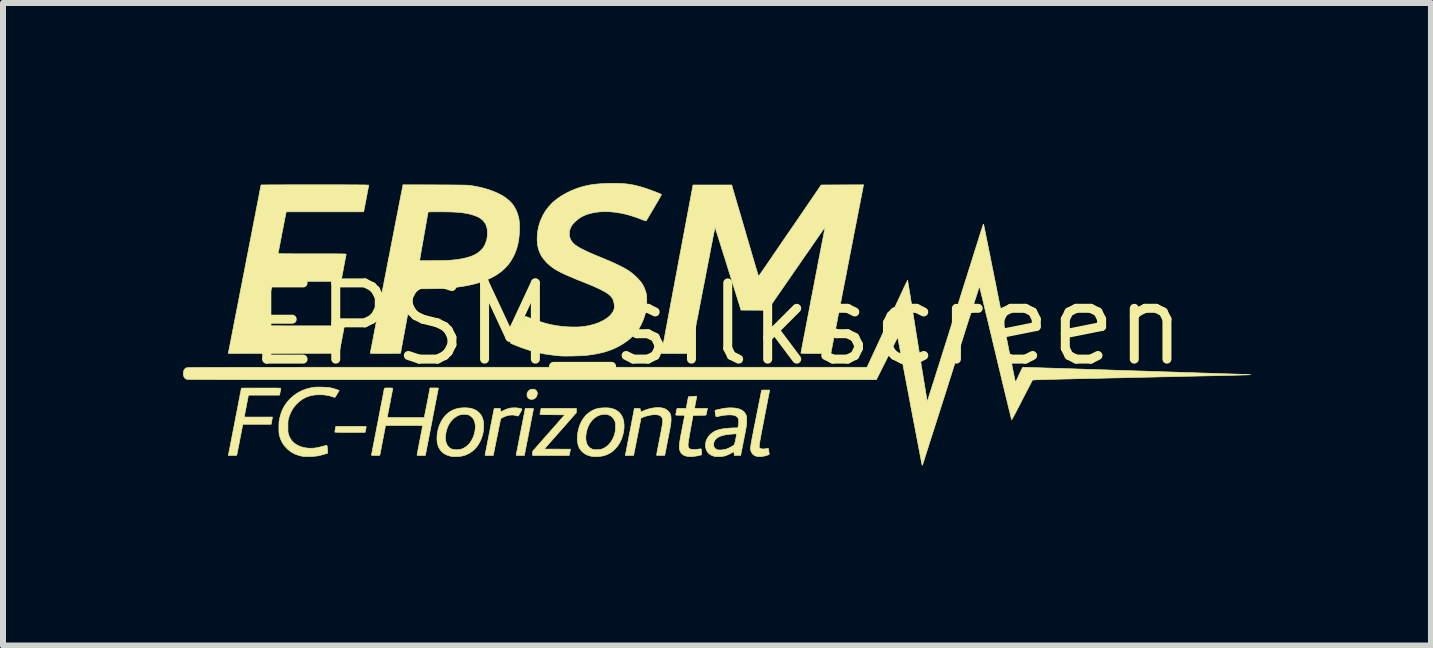
<source format=kicad_pcb>
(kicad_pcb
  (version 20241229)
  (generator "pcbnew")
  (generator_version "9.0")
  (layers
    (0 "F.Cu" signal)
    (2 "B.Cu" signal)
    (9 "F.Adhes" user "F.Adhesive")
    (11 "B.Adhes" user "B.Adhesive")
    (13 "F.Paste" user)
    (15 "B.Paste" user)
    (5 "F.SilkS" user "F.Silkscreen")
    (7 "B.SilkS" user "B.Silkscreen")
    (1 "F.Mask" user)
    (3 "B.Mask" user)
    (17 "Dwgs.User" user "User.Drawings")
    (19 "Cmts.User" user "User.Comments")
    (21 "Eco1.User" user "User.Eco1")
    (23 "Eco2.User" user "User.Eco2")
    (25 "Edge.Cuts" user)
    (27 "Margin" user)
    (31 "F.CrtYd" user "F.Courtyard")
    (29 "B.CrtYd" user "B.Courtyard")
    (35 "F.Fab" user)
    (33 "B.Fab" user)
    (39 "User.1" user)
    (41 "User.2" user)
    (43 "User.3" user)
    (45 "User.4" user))
  (footprint "EPSM_silkscreen"
    (layer "F.Cu")
    (at 8.894 2.354)
    (property "Reference" "EPSM_silkscreen" (at 0 0 0) (layer "F.SilkS") (effects (font (size 1.27 1.27) (thickness 0.15))))
    (attr through_hole)
    (fp_poly (pts (xy -3.045 1.082) (xy -3.025 1.09) (xy -3.017 1.095) (xy -2.999 1.117) (xy -2.991 1.143) (xy -2.993 1.17) (xy -3.003 1.199) (xy -3.02 1.224) (xy -3.042 1.241) (xy -3.07 1.249) (xy -3.086 1.25) (xy -3.108 1.248) (xy -3.125 1.242) (xy -3.131 1.239) (xy -3.149 1.221) (xy -3.161 1.198) (xy -3.164 1.174) (xy -3.161 1.148) (xy -3.15 1.124) (xy -3.132 1.103) (xy -3.115 1.09) (xy -3.093 1.082) (xy -3.069 1.08) (xy -3.045 1.082)) (stroke (width 0.01) (type solid)) (fill yes) (layer "F.SilkS"))
    (fp_poly (pts (xy -2.34 1.47) (xy -2.607 1.774) (xy -2.875 2.078) (xy -2.439 2.08) (xy -2.442 2.096) (xy -2.445 2.109) (xy -2.449 2.128) (xy -2.453 2.149) (xy -2.453 2.149) (xy -2.461 2.185) (xy -3.07 2.185) (xy -3.07 2.116) (xy -2.803 1.812) (xy -2.535 1.508) (xy -2.743 1.506) (xy -2.794 1.506) (xy -2.836 1.506) (xy -2.87 1.505) (xy -2.896 1.505) (xy -2.916 1.504) (xy -2.93 1.503) (xy -2.94 1.502) (xy -2.945 1.501) (xy -2.948 1.499) (xy -2.948 1.497) (xy -2.948 1.496) (xy -2.946 1.488) (xy -2.943 1.472) (xy -2.939 1.452) (xy -2.937 1.444) (xy -2.929 1.4) (xy -2.34 1.4) (xy -2.34 1.47)) (stroke (width 0.01) (type solid)) (fill yes) (layer "F.SilkS"))
    (fp_poly (pts (xy -6.037 1.7) (xy -5.989 1.7) (xy -5.95 1.7) (xy -5.918 1.7) (xy -5.893 1.701) (xy -5.874 1.701) (xy -5.86 1.702) (xy -5.851 1.703) (xy -5.845 1.704) (xy -5.842 1.706) (xy -5.842 1.707) (xy -5.842 1.709) (xy -5.844 1.718) (xy -5.847 1.734) (xy -5.85 1.748) (xy -5.853 1.766) (xy -5.856 1.781) (xy -5.858 1.789) (xy -5.86 1.8) (xy -6.113 1.8) (xy -6.175 1.8) (xy -6.227 1.8) (xy -6.27 1.799) (xy -6.305 1.799) (xy -6.331 1.798) (xy -6.35 1.797) (xy -6.361 1.796) (xy -6.365 1.795) (xy -6.365 1.794) (xy -6.364 1.787) (xy -6.362 1.773) (xy -6.359 1.754) (xy -6.357 1.744) (xy -6.349 1.7) (xy -6.094 1.7) (xy -6.037 1.7)) (stroke (width 0.01) (type solid)) (fill yes) (layer "F.SilkS"))
    (fp_poly (pts (xy -3.096 1.4) (xy -3.077 1.4) (xy -3.065 1.401) (xy -3.058 1.403) (xy -3.056 1.405) (xy -3.056 1.409) (xy -3.056 1.411) (xy -3.057 1.418) (xy -3.06 1.433) (xy -3.065 1.457) (xy -3.071 1.489) (xy -3.079 1.527) (xy -3.087 1.571) (xy -3.097 1.62) (xy -3.107 1.674) (xy -3.118 1.731) (xy -3.13 1.791) (xy -3.133 1.804) (xy -3.207 2.185) (xy -3.277 2.185) (xy -3.304 2.185) (xy -3.323 2.184) (xy -3.335 2.184) (xy -3.342 2.182) (xy -3.344 2.179) (xy -3.344 2.176) (xy -3.343 2.17) (xy -3.34 2.155) (xy -3.335 2.131) (xy -3.329 2.1) (xy -3.321 2.062) (xy -3.313 2.019) (xy -3.303 1.97) (xy -3.293 1.916) (xy -3.282 1.859) (xy -3.27 1.799) (xy -3.267 1.784) (xy -3.192 1.4) (xy -3.123 1.4) (xy -3.096 1.4)) (stroke (width 0.01) (type solid)) (fill yes) (layer "F.SilkS"))
    (fp_poly (pts (xy -7.418 1.061) (xy -7.376 1.061) (xy -7.343 1.061) (xy -7.316 1.062) (xy -7.295 1.062) (xy -7.281 1.063) (xy -7.271 1.064) (xy -7.266 1.065) (xy -7.265 1.066) (xy -7.266 1.073) (xy -7.268 1.088) (xy -7.272 1.108) (xy -7.276 1.126) (xy -7.286 1.18) (xy -7.804 1.18) (xy -7.81 1.206) (xy -7.812 1.218) (xy -7.816 1.238) (xy -7.821 1.265) (xy -7.827 1.297) (xy -7.834 1.332) (xy -7.841 1.37) (xy -7.842 1.377) (xy -7.85 1.415) (xy -7.856 1.449) (xy -7.862 1.48) (xy -7.867 1.505) (xy -7.87 1.523) (xy -7.872 1.533) (xy -7.873 1.534) (xy -7.875 1.545) (xy -7.404 1.545) (xy -7.407 1.561) (xy -7.409 1.574) (xy -7.413 1.592) (xy -7.417 1.614) (xy -7.418 1.621) (xy -7.426 1.665) (xy -7.898 1.665) (xy -7.947 1.916) (xy -7.956 1.965) (xy -7.965 2.011) (xy -7.974 2.054) (xy -7.981 2.091) (xy -7.987 2.123) (xy -7.992 2.149) (xy -7.996 2.166) (xy -7.998 2.175) (xy -7.998 2.176) (xy -8 2.18) (xy -8.005 2.182) (xy -8.013 2.184) (xy -8.028 2.185) (xy -8.05 2.185) (xy -8.07 2.185) (xy -8.14 2.185) (xy -8.137 2.171) (xy -8.136 2.165) (xy -8.133 2.149) (xy -8.128 2.124) (xy -8.122 2.092) (xy -8.114 2.053) (xy -8.105 2.007) (xy -8.095 1.955) (xy -8.084 1.897) (xy -8.072 1.835) (xy -8.059 1.769) (xy -8.045 1.7) (xy -8.031 1.627) (xy -8.028 1.61) (xy -7.922 1.062) (xy -7.593 1.061) (xy -7.526 1.061) (xy -7.467 1.061) (xy -7.418 1.061)) (stroke (width 0.01) (type solid)) (fill yes) (layer "F.SilkS"))
    (fp_poly (pts (xy -3.358 1.391) (xy -3.319 1.394) (xy -3.29 1.398) (xy -3.272 1.402) (xy -3.258 1.407) (xy -3.248 1.411) (xy -3.246 1.413) (xy -3.248 1.417) (xy -3.253 1.429) (xy -3.262 1.446) (xy -3.273 1.467) (xy -3.276 1.472) (xy -3.289 1.496) (xy -3.299 1.513) (xy -3.306 1.523) (xy -3.312 1.527) (xy -3.317 1.528) (xy -3.317 1.528) (xy -3.328 1.525) (xy -3.344 1.521) (xy -3.355 1.518) (xy -3.39 1.511) (xy -3.43 1.511) (xy -3.471 1.516) (xy -3.48 1.518) (xy -3.502 1.524) (xy -3.526 1.533) (xy -3.55 1.543) (xy -3.572 1.554) (xy -3.589 1.564) (xy -3.6 1.573) (xy -3.603 1.577) (xy -3.604 1.584) (xy -3.607 1.599) (xy -3.612 1.623) (xy -3.618 1.654) (xy -3.626 1.69) (xy -3.634 1.732) (xy -3.643 1.779) (xy -3.653 1.828) (xy -3.66 1.863) (xy -3.671 1.914) (xy -3.681 1.964) (xy -3.69 2.01) (xy -3.699 2.052) (xy -3.706 2.088) (xy -3.712 2.119) (xy -3.717 2.142) (xy -3.72 2.157) (xy -3.721 2.161) (xy -3.726 2.185) (xy -3.795 2.185) (xy -3.822 2.185) (xy -3.841 2.184) (xy -3.853 2.184) (xy -3.86 2.182) (xy -3.862 2.179) (xy -3.862 2.176) (xy -3.861 2.17) (xy -3.858 2.155) (xy -3.853 2.131) (xy -3.847 2.1) (xy -3.84 2.063) (xy -3.831 2.019) (xy -3.822 1.97) (xy -3.811 1.917) (xy -3.8 1.86) (xy -3.789 1.801) (xy -3.787 1.795) (xy -3.776 1.735) (xy -3.765 1.678) (xy -3.754 1.624) (xy -3.745 1.575) (xy -3.736 1.53) (xy -3.728 1.492) (xy -3.722 1.46) (xy -3.717 1.435) (xy -3.714 1.419) (xy -3.712 1.411) (xy -3.712 1.411) (xy -3.711 1.406) (xy -3.707 1.403) (xy -3.7 1.401) (xy -3.686 1.4) (xy -3.665 1.4) (xy -3.66 1.4) (xy -3.61 1.4) (xy -3.598 1.458) (xy -3.55 1.434) (xy -3.507 1.414) (xy -3.466 1.401) (xy -3.425 1.393) (xy -3.38 1.391) (xy -3.358 1.391)) (stroke (width 0.01) (type solid)) (fill yes) (layer "F.SilkS"))
    (fp_poly (pts (xy -1.792 1.394) (xy -1.754 1.4) (xy -1.72 1.411) (xy -1.691 1.423) (xy -1.65 1.448) (xy -1.615 1.48) (xy -1.587 1.519) (xy -1.566 1.564) (xy -1.552 1.614) (xy -1.546 1.67) (xy -1.547 1.73) (xy -1.555 1.794) (xy -1.565 1.837) (xy -1.586 1.905) (xy -1.615 1.968) (xy -1.651 2.025) (xy -1.692 2.074) (xy -1.739 2.117) (xy -1.792 2.152) (xy -1.846 2.177) (xy -1.897 2.192) (xy -1.954 2.201) (xy -2.012 2.204) (xy -2.07 2.201) (xy -2.097 2.197) (xy -2.148 2.183) (xy -2.193 2.162) (xy -2.233 2.132) (xy -2.245 2.121) (xy -2.274 2.088) (xy -2.296 2.052) (xy -2.311 2.012) (xy -2.32 1.966) (xy -2.324 1.914) (xy -2.324 1.875) (xy -2.323 1.865) (xy -2.183 1.865) (xy -2.183 1.917) (xy -2.175 1.962) (xy -2.161 2.002) (xy -2.139 2.035) (xy -2.111 2.061) (xy -2.076 2.079) (xy -2.07 2.082) (xy -2.049 2.086) (xy -2.023 2.089) (xy -1.993 2.089) (xy -1.964 2.088) (xy -1.938 2.084) (xy -1.931 2.083) (xy -1.884 2.065) (xy -1.841 2.039) (xy -1.801 2.004) (xy -1.766 1.961) (xy -1.736 1.911) (xy -1.727 1.893) (xy -1.709 1.848) (xy -1.697 1.804) (xy -1.69 1.759) (xy -1.688 1.708) (xy -1.688 1.679) (xy -1.689 1.658) (xy -1.691 1.642) (xy -1.694 1.629) (xy -1.699 1.615) (xy -1.699 1.613) (xy -1.72 1.575) (xy -1.746 1.543) (xy -1.779 1.52) (xy -1.816 1.505) (xy -1.858 1.498) (xy -1.9 1.5) (xy -1.951 1.512) (xy -1.998 1.533) (xy -2.041 1.562) (xy -2.079 1.599) (xy -2.112 1.642) (xy -2.14 1.692) (xy -2.161 1.747) (xy -2.176 1.806) (xy -2.183 1.865) (xy -2.323 1.865) (xy -2.317 1.803) (xy -2.302 1.735) (xy -2.28 1.67) (xy -2.252 1.611) (xy -2.217 1.557) (xy -2.177 1.51) (xy -2.13 1.47) (xy -2.079 1.438) (xy -2.046 1.422) (xy -2.016 1.411) (xy -1.988 1.403) (xy -1.96 1.397) (xy -1.928 1.394) (xy -1.889 1.392) (xy -1.884 1.391) (xy -1.835 1.391) (xy -1.792 1.394)) (stroke (width 0.01) (type solid)) (fill yes) (layer "F.SilkS"))
    (fp_poly (pts (xy 0.878 1.106) (xy 0.877 1.113) (xy 0.874 1.128) (xy 0.869 1.152) (xy 0.863 1.184) (xy 0.855 1.223) (xy 0.847 1.268) (xy 0.837 1.318) (xy 0.826 1.373) (xy 0.815 1.433) (xy 0.802 1.496) (xy 0.79 1.562) (xy 0.788 1.571) (xy 0.773 1.65) (xy 0.759 1.72) (xy 0.747 1.782) (xy 0.737 1.835) (xy 0.729 1.881) (xy 0.721 1.92) (xy 0.716 1.953) (xy 0.712 1.98) (xy 0.709 2.002) (xy 0.707 2.02) (xy 0.706 2.033) (xy 0.706 2.044) (xy 0.708 2.051) (xy 0.71 2.057) (xy 0.713 2.06) (xy 0.717 2.063) (xy 0.721 2.065) (xy 0.724 2.067) (xy 0.75 2.075) (xy 0.781 2.077) (xy 0.817 2.072) (xy 0.818 2.072) (xy 0.835 2.069) (xy 0.849 2.066) (xy 0.856 2.065) (xy 0.856 2.065) (xy 0.858 2.07) (xy 0.861 2.082) (xy 0.864 2.1) (xy 0.865 2.109) (xy 0.868 2.129) (xy 0.87 2.147) (xy 0.873 2.158) (xy 0.873 2.161) (xy 0.872 2.165) (xy 0.866 2.17) (xy 0.853 2.176) (xy 0.831 2.183) (xy 0.826 2.185) (xy 0.785 2.196) (xy 0.744 2.203) (xy 0.705 2.204) (xy 0.671 2.201) (xy 0.652 2.196) (xy 0.62 2.181) (xy 0.597 2.162) (xy 0.579 2.136) (xy 0.577 2.132) (xy 0.573 2.123) (xy 0.569 2.115) (xy 0.566 2.107) (xy 0.564 2.098) (xy 0.562 2.088) (xy 0.561 2.076) (xy 0.562 2.062) (xy 0.563 2.044) (xy 0.566 2.023) (xy 0.569 1.998) (xy 0.574 1.968) (xy 0.581 1.932) (xy 0.588 1.89) (xy 0.598 1.841) (xy 0.609 1.785) (xy 0.621 1.721) (xy 0.636 1.648) (xy 0.652 1.566) (xy 0.652 1.566) (xy 0.665 1.499) (xy 0.678 1.435) (xy 0.69 1.375) (xy 0.701 1.318) (xy 0.712 1.267) (xy 0.721 1.221) (xy 0.729 1.181) (xy 0.735 1.148) (xy 0.74 1.123) (xy 0.743 1.106) (xy 0.745 1.098) (xy 0.745 1.097) (xy 0.75 1.096) (xy 0.763 1.096) (xy 0.782 1.095) (xy 0.806 1.095) (xy 0.813 1.095) (xy 0.881 1.095) (xy 0.878 1.106)) (stroke (width 0.01) (type solid)) (fill yes) (layer "F.SilkS"))
    (fp_poly (pts (xy -4.142 1.393) (xy -4.091 1.401) (xy -4.046 1.416) (xy -4.006 1.436) (xy -3.97 1.464) (xy -3.962 1.472) (xy -3.931 1.509) (xy -3.908 1.552) (xy -3.893 1.6) (xy -3.892 1.603) (xy -3.888 1.632) (xy -3.886 1.668) (xy -3.886 1.707) (xy -3.888 1.748) (xy -3.892 1.786) (xy -3.898 1.821) (xy -3.9 1.829) (xy -3.922 1.9) (xy -3.951 1.964) (xy -3.986 2.022) (xy -4.028 2.073) (xy -4.076 2.116) (xy -4.129 2.151) (xy -4.188 2.178) (xy -4.218 2.188) (xy -4.252 2.195) (xy -4.293 2.201) (xy -4.337 2.203) (xy -4.379 2.203) (xy -4.417 2.2) (xy -4.433 2.198) (xy -4.486 2.183) (xy -4.533 2.161) (xy -4.573 2.132) (xy -4.606 2.097) (xy -4.632 2.055) (xy -4.65 2.008) (xy -4.661 1.954) (xy -4.664 1.895) (xy -4.662 1.872) (xy -4.522 1.872) (xy -4.521 1.922) (xy -4.512 1.968) (xy -4.495 2.007) (xy -4.472 2.04) (xy -4.449 2.061) (xy -4.422 2.076) (xy -4.39 2.085) (xy -4.352 2.089) (xy -4.34 2.09) (xy -4.315 2.089) (xy -4.29 2.086) (xy -4.269 2.083) (xy -4.267 2.082) (xy -4.221 2.065) (xy -4.178 2.038) (xy -4.138 2.003) (xy -4.117 1.978) (xy -4.087 1.934) (xy -4.063 1.887) (xy -4.044 1.837) (xy -4.032 1.786) (xy -4.025 1.735) (xy -4.024 1.686) (xy -4.031 1.641) (xy -4.044 1.6) (xy -4.053 1.582) (xy -4.071 1.557) (xy -4.096 1.534) (xy -4.122 1.516) (xy -4.144 1.507) (xy -4.177 1.501) (xy -4.214 1.499) (xy -4.252 1.502) (xy -4.285 1.51) (xy -4.33 1.529) (xy -4.372 1.557) (xy -4.411 1.593) (xy -4.445 1.635) (xy -4.474 1.684) (xy -4.496 1.738) (xy -4.502 1.757) (xy -4.516 1.816) (xy -4.522 1.872) (xy -4.662 1.872) (xy -4.66 1.832) (xy -4.647 1.763) (xy -4.642 1.741) (xy -4.621 1.677) (xy -4.593 1.617) (xy -4.558 1.562) (xy -4.518 1.514) (xy -4.473 1.474) (xy -4.444 1.453) (xy -4.396 1.427) (xy -4.347 1.409) (xy -4.294 1.397) (xy -4.236 1.391) (xy -4.201 1.39) (xy -4.142 1.393)) (stroke (width 0.01) (type solid)) (fill yes) (layer "F.SilkS"))
    (fp_poly (pts (xy -0.953 1.387) (xy -0.905 1.394) (xy -0.863 1.408) (xy -0.828 1.429) (xy -0.8 1.456) (xy -0.791 1.468) (xy -0.779 1.487) (xy -0.771 1.506) (xy -0.766 1.526) (xy -0.764 1.551) (xy -0.763 1.582) (xy -0.763 1.593) (xy -0.764 1.607) (xy -0.764 1.621) (xy -0.766 1.635) (xy -0.767 1.652) (xy -0.77 1.672) (xy -0.774 1.695) (xy -0.779 1.723) (xy -0.785 1.757) (xy -0.793 1.797) (xy -0.802 1.845) (xy -0.813 1.901) (xy -0.816 1.917) (xy -0.868 2.183) (xy -0.937 2.184) (xy -0.966 2.184) (xy -0.987 2.184) (xy -1 2.182) (xy -1.005 2.18) (xy -1.005 2.179) (xy -1.004 2.174) (xy -1.001 2.159) (xy -0.997 2.136) (xy -0.992 2.106) (xy -0.985 2.071) (xy -0.977 2.03) (xy -0.968 1.984) (xy -0.959 1.936) (xy -0.955 1.916) (xy -0.945 1.866) (xy -0.936 1.818) (xy -0.927 1.772) (xy -0.92 1.731) (xy -0.913 1.696) (xy -0.908 1.666) (xy -0.904 1.644) (xy -0.902 1.631) (xy -0.902 1.628) (xy -0.902 1.592) (xy -0.91 1.562) (xy -0.926 1.538) (xy -0.949 1.52) (xy -0.977 1.51) (xy -1.014 1.505) (xy -1.058 1.506) (xy -1.107 1.512) (xy -1.157 1.523) (xy -1.209 1.539) (xy -1.223 1.544) (xy -1.263 1.56) (xy -1.325 1.872) (xy -1.387 2.185) (xy -1.526 2.185) (xy -1.523 2.171) (xy -1.521 2.163) (xy -1.518 2.147) (xy -1.513 2.122) (xy -1.507 2.091) (xy -1.5 2.054) (xy -1.492 2.012) (xy -1.483 1.966) (xy -1.474 1.917) (xy -1.464 1.866) (xy -1.454 1.813) (xy -1.443 1.759) (xy -1.433 1.707) (xy -1.423 1.655) (xy -1.414 1.606) (xy -1.405 1.56) (xy -1.397 1.518) (xy -1.39 1.481) (xy -1.384 1.451) (xy -1.38 1.426) (xy -1.376 1.41) (xy -1.375 1.403) (xy -1.375 1.402) (xy -1.37 1.401) (xy -1.358 1.401) (xy -1.34 1.401) (xy -1.326 1.401) (xy -1.304 1.402) (xy -1.289 1.403) (xy -1.281 1.405) (xy -1.277 1.408) (xy -1.276 1.413) (xy -1.274 1.424) (xy -1.27 1.439) (xy -1.27 1.441) (xy -1.265 1.459) (xy -1.219 1.439) (xy -1.192 1.428) (xy -1.162 1.418) (xy -1.134 1.409) (xy -1.128 1.407) (xy -1.065 1.394) (xy -1.006 1.387) (xy -0.953 1.387)) (stroke (width 0.01) (type solid)) (fill yes) (layer "F.SilkS"))
    (fp_poly (pts (xy -0.336 1.198) (xy -0.336 1.203) (xy -0.338 1.216) (xy -0.342 1.236) (xy -0.346 1.262) (xy -0.352 1.29) (xy -0.352 1.291) (xy -0.358 1.321) (xy -0.363 1.348) (xy -0.367 1.369) (xy -0.369 1.385) (xy -0.37 1.392) (xy -0.369 1.395) (xy -0.366 1.397) (xy -0.358 1.398) (xy -0.346 1.399) (xy -0.328 1.4) (xy -0.302 1.4) (xy -0.267 1.4) (xy -0.263 1.4) (xy -0.156 1.4) (xy -0.166 1.446) (xy -0.17 1.468) (xy -0.174 1.487) (xy -0.177 1.5) (xy -0.178 1.504) (xy -0.179 1.507) (xy -0.181 1.51) (xy -0.185 1.512) (xy -0.194 1.514) (xy -0.207 1.515) (xy -0.226 1.515) (xy -0.253 1.516) (xy -0.289 1.516) (xy -0.397 1.518) (xy -0.438 1.745) (xy -0.447 1.793) (xy -0.455 1.838) (xy -0.462 1.881) (xy -0.468 1.919) (xy -0.473 1.951) (xy -0.477 1.978) (xy -0.479 1.996) (xy -0.48 2.004) (xy -0.478 2.032) (xy -0.472 2.053) (xy -0.462 2.067) (xy -0.445 2.077) (xy -0.426 2.082) (xy -0.399 2.084) (xy -0.368 2.085) (xy -0.335 2.083) (xy -0.302 2.078) (xy -0.301 2.078) (xy -0.28 2.075) (xy -0.267 2.075) (xy -0.262 2.077) (xy -0.262 2.077) (xy -0.26 2.089) (xy -0.257 2.106) (xy -0.255 2.126) (xy -0.253 2.144) (xy -0.253 2.16) (xy -0.253 2.169) (xy -0.254 2.171) (xy -0.262 2.175) (xy -0.278 2.18) (xy -0.299 2.185) (xy -0.324 2.191) (xy -0.351 2.195) (xy -0.377 2.199) (xy -0.382 2.2) (xy -0.41 2.203) (xy -0.433 2.204) (xy -0.452 2.204) (xy -0.471 2.202) (xy -0.491 2.2) (xy -0.531 2.19) (xy -0.565 2.173) (xy -0.592 2.149) (xy -0.611 2.119) (xy -0.617 2.102) (xy -0.622 2.086) (xy -0.624 2.069) (xy -0.626 2.049) (xy -0.625 2.026) (xy -0.623 1.999) (xy -0.62 1.967) (xy -0.614 1.929) (xy -0.607 1.885) (xy -0.597 1.832) (xy -0.585 1.772) (xy -0.578 1.735) (xy -0.569 1.69) (xy -0.561 1.648) (xy -0.553 1.61) (xy -0.547 1.577) (xy -0.542 1.55) (xy -0.538 1.531) (xy -0.536 1.519) (xy -0.535 1.516) (xy -0.54 1.516) (xy -0.553 1.515) (xy -0.572 1.515) (xy -0.597 1.515) (xy -0.61 1.515) (xy -0.64 1.515) (xy -0.661 1.514) (xy -0.674 1.513) (xy -0.682 1.511) (xy -0.685 1.509) (xy -0.685 1.508) (xy -0.684 1.5) (xy -0.681 1.485) (xy -0.678 1.466) (xy -0.675 1.452) (xy -0.671 1.432) (xy -0.667 1.415) (xy -0.665 1.404) (xy -0.665 1.402) (xy -0.66 1.401) (xy -0.647 1.401) (xy -0.628 1.4) (xy -0.603 1.4) (xy -0.588 1.4) (xy -0.511 1.4) (xy -0.493 1.303) (xy -0.474 1.206) (xy -0.406 1.201) (xy -0.381 1.199) (xy -0.36 1.198) (xy -0.344 1.197) (xy -0.336 1.197) (xy -0.336 1.198)) (stroke (width 0.01) (type solid)) (fill yes) (layer "F.SilkS"))
    (fp_poly (pts (xy -6.608 1.046) (xy -6.575 1.046) (xy -6.532 1.048) (xy -6.497 1.05) (xy -6.466 1.053) (xy -6.439 1.057) (xy -6.411 1.063) (xy -6.382 1.071) (xy -6.348 1.082) (xy -6.336 1.086) (xy -6.315 1.093) (xy -6.302 1.098) (xy -6.295 1.102) (xy -6.293 1.106) (xy -6.296 1.11) (xy -6.297 1.112) (xy -6.302 1.12) (xy -6.311 1.135) (xy -6.323 1.154) (xy -6.332 1.169) (xy -6.344 1.188) (xy -6.355 1.203) (xy -6.362 1.214) (xy -6.365 1.217) (xy -6.371 1.217) (xy -6.383 1.213) (xy -6.4 1.208) (xy -6.401 1.208) (xy -6.452 1.191) (xy -6.505 1.181) (xy -6.56 1.174) (xy -6.617 1.173) (xy -6.684 1.175) (xy -6.744 1.183) (xy -6.798 1.197) (xy -6.849 1.217) (xy -6.898 1.243) (xy -6.911 1.251) (xy -6.969 1.295) (xy -7.02 1.346) (xy -7.064 1.404) (xy -7.099 1.467) (xy -7.127 1.537) (xy -7.136 1.566) (xy -7.14 1.582) (xy -7.143 1.597) (xy -7.145 1.612) (xy -7.146 1.631) (xy -7.147 1.655) (xy -7.147 1.686) (xy -7.147 1.705) (xy -7.147 1.739) (xy -7.147 1.765) (xy -7.146 1.785) (xy -7.144 1.8) (xy -7.142 1.814) (xy -7.139 1.826) (xy -7.134 1.841) (xy -7.134 1.843) (xy -7.112 1.893) (xy -7.082 1.938) (xy -7.045 1.976) (xy -7.001 2.007) (xy -6.95 2.032) (xy -6.893 2.05) (xy -6.829 2.061) (xy -6.792 2.064) (xy -6.755 2.064) (xy -6.721 2.063) (xy -6.687 2.059) (xy -6.65 2.053) (xy -6.609 2.043) (xy -6.574 2.034) (xy -6.548 2.027) (xy -6.526 2.022) (xy -6.509 2.018) (xy -6.498 2.017) (xy -6.497 2.017) (xy -6.495 2.023) (xy -6.493 2.036) (xy -6.49 2.055) (xy -6.488 2.077) (xy -6.486 2.099) (xy -6.485 2.119) (xy -6.484 2.135) (xy -6.484 2.144) (xy -6.484 2.146) (xy -6.491 2.149) (xy -6.505 2.154) (xy -6.526 2.16) (xy -6.55 2.167) (xy -6.576 2.174) (xy -6.603 2.181) (xy -6.628 2.187) (xy -6.643 2.19) (xy -6.669 2.194) (xy -6.701 2.198) (xy -6.738 2.2) (xy -6.777 2.202) (xy -6.815 2.203) (xy -6.85 2.203) (xy -6.879 2.202) (xy -6.897 2.2) (xy -6.965 2.185) (xy -7.026 2.163) (xy -7.083 2.133) (xy -7.136 2.094) (xy -7.159 2.073) (xy -7.203 2.026) (xy -7.238 1.976) (xy -7.265 1.921) (xy -7.286 1.86) (xy -7.29 1.844) (xy -7.293 1.829) (xy -7.295 1.813) (xy -7.296 1.794) (xy -7.297 1.77) (xy -7.297 1.739) (xy -7.297 1.72) (xy -7.297 1.683) (xy -7.296 1.653) (xy -7.295 1.629) (xy -7.292 1.608) (xy -7.289 1.588) (xy -7.286 1.573) (xy -7.265 1.495) (xy -7.239 1.424) (xy -7.205 1.359) (xy -7.163 1.3) (xy -7.114 1.244) (xy -7.11 1.24) (xy -7.049 1.186) (xy -6.982 1.14) (xy -6.911 1.103) (xy -6.835 1.075) (xy -6.754 1.055) (xy -6.737 1.052) (xy -6.715 1.049) (xy -6.693 1.047) (xy -6.67 1.046) (xy -6.642 1.045) (xy -6.608 1.046)) (stroke (width 0.01) (type solid)) (fill yes) (layer "F.SilkS"))
    (fp_poly (pts (xy 0.274 1.393) (xy 0.311 1.396) (xy 0.342 1.401) (xy 0.347 1.402) (xy 0.391 1.417) (xy 0.427 1.436) (xy 0.455 1.46) (xy 0.476 1.49) (xy 0.481 1.499) (xy 0.497 1.532) (xy 0.497 1.607) (xy 0.497 1.624) (xy 0.496 1.64) (xy 0.495 1.654) (xy 0.494 1.669) (xy 0.492 1.686) (xy 0.49 1.705) (xy 0.486 1.727) (xy 0.481 1.754) (xy 0.475 1.786) (xy 0.468 1.825) (xy 0.458 1.871) (xy 0.448 1.926) (xy 0.446 1.933) (xy 0.397 2.183) (xy 0.344 2.184) (xy 0.291 2.185) (xy 0.288 2.155) (xy 0.285 2.139) (xy 0.282 2.128) (xy 0.279 2.125) (xy 0.273 2.127) (xy 0.261 2.134) (xy 0.244 2.143) (xy 0.235 2.148) (xy 0.21 2.161) (xy 0.182 2.174) (xy 0.155 2.185) (xy 0.151 2.186) (xy 0.131 2.193) (xy 0.113 2.197) (xy 0.095 2.2) (xy 0.074 2.202) (xy 0.045 2.203) (xy 0.043 2.203) (xy 0.008 2.204) (xy -0.018 2.203) (xy -0.038 2.2) (xy -0.05 2.197) (xy -0.092 2.181) (xy -0.127 2.158) (xy -0.155 2.129) (xy -0.175 2.094) (xy -0.186 2.055) (xy -0.189 2.035) (xy -0.188 2.007) (xy -0.055 2.007) (xy -0.051 2.035) (xy -0.039 2.057) (xy -0.024 2.072) (xy -0.007 2.082) (xy 0.009 2.089) (xy 0.028 2.093) (xy 0.053 2.094) (xy 0.07 2.093) (xy 0.105 2.09) (xy 0.137 2.084) (xy 0.158 2.078) (xy 0.186 2.067) (xy 0.217 2.052) (xy 0.247 2.036) (xy 0.272 2.021) (xy 0.281 2.013) (xy 0.286 2.008) (xy 0.291 2.001) (xy 0.295 1.991) (xy 0.3 1.976) (xy 0.305 1.954) (xy 0.312 1.924) (xy 0.312 1.921) (xy 0.318 1.893) (xy 0.323 1.869) (xy 0.327 1.849) (xy 0.329 1.836) (xy 0.33 1.831) (xy 0.329 1.828) (xy 0.325 1.826) (xy 0.316 1.825) (xy 0.301 1.825) (xy 0.279 1.826) (xy 0.266 1.827) (xy 0.194 1.833) (xy 0.132 1.843) (xy 0.078 1.857) (xy 0.034 1.875) (xy -0.002 1.897) (xy -0.028 1.924) (xy -0.046 1.955) (xy -0.054 1.99) (xy -0.055 2.007) (xy -0.188 2.007) (xy -0.188 1.985) (xy -0.178 1.938) (xy -0.158 1.896) (xy -0.13 1.856) (xy -0.113 1.838) (xy -0.085 1.814) (xy -0.056 1.793) (xy -0.026 1.776) (xy 0.009 1.762) (xy 0.049 1.751) (xy 0.095 1.742) (xy 0.148 1.735) (xy 0.198 1.73) (xy 0.227 1.728) (xy 0.258 1.726) (xy 0.287 1.725) (xy 0.303 1.725) (xy 0.349 1.725) (xy 0.355 1.701) (xy 0.36 1.673) (xy 0.364 1.642) (xy 0.364 1.612) (xy 0.363 1.588) (xy 0.354 1.562) (xy 0.337 1.541) (xy 0.312 1.525) (xy 0.293 1.517) (xy 0.259 1.511) (xy 0.217 1.508) (xy 0.17 1.51) (xy 0.118 1.515) (xy 0.063 1.525) (xy 0.033 1.531) (xy 0.014 1.535) (xy -0.002 1.538) (xy -0.012 1.539) (xy -0.013 1.538) (xy -0.016 1.532) (xy -0.019 1.519) (xy -0.023 1.5) (xy -0.025 1.486) (xy -0.029 1.462) (xy -0.031 1.446) (xy -0.03 1.437) (xy -0.028 1.434) (xy -0.019 1.43) (xy -0.002 1.425) (xy 0.021 1.42) (xy 0.048 1.414) (xy 0.076 1.408) (xy 0.104 1.402) (xy 0.131 1.398) (xy 0.153 1.395) (xy 0.155 1.395) (xy 0.193 1.392) (xy 0.233 1.391) (xy 0.274 1.393)) (stroke (width 0.01) (type solid)) (fill yes) (layer "F.SilkS"))
    (fp_poly (pts (xy -4.681 1.06) (xy -4.662 1.06) (xy -4.65 1.061) (xy -4.643 1.063) (xy -4.641 1.065) (xy -4.641 1.069) (xy -4.641 1.071) (xy -4.642 1.078) (xy -4.645 1.093) (xy -4.65 1.117) (xy -4.656 1.149) (xy -4.664 1.188) (xy -4.673 1.234) (xy -4.683 1.286) (xy -4.694 1.343) (xy -4.706 1.405) (xy -4.719 1.471) (xy -4.732 1.54) (xy -4.746 1.613) (xy -4.75 1.634) (xy -4.857 2.185) (xy -4.926 2.185) (xy -4.954 2.185) (xy -4.973 2.184) (xy -4.986 2.183) (xy -4.992 2.181) (xy -4.995 2.179) (xy -4.995 2.177) (xy -4.994 2.171) (xy -4.991 2.156) (xy -4.987 2.134) (xy -4.982 2.105) (xy -4.976 2.072) (xy -4.968 2.034) (xy -4.961 1.993) (xy -4.953 1.951) (xy -4.944 1.909) (xy -4.936 1.867) (xy -4.929 1.827) (xy -4.921 1.79) (xy -4.915 1.758) (xy -4.91 1.731) (xy -4.905 1.71) (xy -4.903 1.697) (xy -4.902 1.694) (xy -4.902 1.692) (xy -4.903 1.69) (xy -4.907 1.689) (xy -4.913 1.688) (xy -4.923 1.687) (xy -4.937 1.687) (xy -4.956 1.686) (xy -4.981 1.686) (xy -5.013 1.685) (xy -5.052 1.685) (xy -5.098 1.685) (xy -5.154 1.685) (xy -5.21 1.685) (xy -5.264 1.685) (xy -5.316 1.685) (xy -5.364 1.685) (xy -5.407 1.685) (xy -5.444 1.685) (xy -5.475 1.686) (xy -5.498 1.686) (xy -5.514 1.686) (xy -5.52 1.686) (xy -5.52 1.686) (xy -5.521 1.691) (xy -5.524 1.705) (xy -5.528 1.727) (xy -5.533 1.756) (xy -5.54 1.791) (xy -5.548 1.831) (xy -5.556 1.875) (xy -5.566 1.923) (xy -5.567 1.933) (xy -5.577 1.981) (xy -5.586 2.026) (xy -5.593 2.067) (xy -5.6 2.103) (xy -5.606 2.134) (xy -5.611 2.158) (xy -5.614 2.174) (xy -5.615 2.181) (xy -5.615 2.181) (xy -5.62 2.183) (xy -5.633 2.184) (xy -5.652 2.185) (xy -5.676 2.185) (xy -5.685 2.185) (xy -5.716 2.185) (xy -5.738 2.184) (xy -5.751 2.182) (xy -5.755 2.18) (xy -5.754 2.174) (xy -5.751 2.16) (xy -5.747 2.136) (xy -5.741 2.105) (xy -5.734 2.067) (xy -5.725 2.022) (xy -5.715 1.97) (xy -5.704 1.914) (xy -5.692 1.852) (xy -5.679 1.787) (xy -5.666 1.717) (xy -5.652 1.645) (xy -5.647 1.622) (xy -5.633 1.549) (xy -5.62 1.479) (xy -5.607 1.412) (xy -5.595 1.35) (xy -5.583 1.291) (xy -5.573 1.238) (xy -5.564 1.191) (xy -5.556 1.151) (xy -5.55 1.117) (xy -5.545 1.091) (xy -5.542 1.074) (xy -5.54 1.065) (xy -5.54 1.065) (xy -5.535 1.063) (xy -5.522 1.061) (xy -5.501 1.06) (xy -5.474 1.06) (xy -5.47 1.06) (xy -5.442 1.06) (xy -5.423 1.061) (xy -5.411 1.061) (xy -5.404 1.063) (xy -5.401 1.066) (xy -5.4 1.069) (xy -5.401 1.075) (xy -5.404 1.091) (xy -5.408 1.114) (xy -5.414 1.144) (xy -5.421 1.18) (xy -5.429 1.22) (xy -5.437 1.265) (xy -5.446 1.313) (xy -5.447 1.315) (xy -5.493 1.552) (xy -5.186 1.554) (xy -5.131 1.554) (xy -5.08 1.554) (xy -5.032 1.554) (xy -4.989 1.554) (xy -4.952 1.554) (xy -4.921 1.554) (xy -4.898 1.554) (xy -4.883 1.553) (xy -4.876 1.553) (xy -4.876 1.553) (xy -4.875 1.548) (xy -4.872 1.534) (xy -4.868 1.513) (xy -4.862 1.485) (xy -4.856 1.452) (xy -4.848 1.415) (xy -4.84 1.374) (xy -4.832 1.332) (xy -4.823 1.289) (xy -4.815 1.246) (xy -4.807 1.205) (xy -4.8 1.166) (xy -4.793 1.131) (xy -4.787 1.101) (xy -4.783 1.079) (xy -4.78 1.06) (xy -4.709 1.06) (xy -4.681 1.06)) (stroke (width 0.01) (type solid)) (fill yes) (layer "F.SilkS"))
    (fp_poly (pts (xy -6.579 -2.325) (xy -6.469 -2.325) (xy -6.37 -2.325) (xy -6.279 -2.325) (xy -6.197 -2.325) (xy -6.124 -2.324) (xy -6.059 -2.324) (xy -6.002 -2.324) (xy -5.953 -2.323) (xy -5.911 -2.323) (xy -5.876 -2.323) (xy -5.849 -2.322) (xy -5.827 -2.321) (xy -5.812 -2.321) (xy -5.803 -2.32) (xy -5.8 -2.319) (xy -5.8 -2.319) (xy -5.801 -2.314) (xy -5.803 -2.299) (xy -5.807 -2.278) (xy -5.813 -2.25) (xy -5.819 -2.217) (xy -5.826 -2.181) (xy -5.833 -2.142) (xy -5.841 -2.102) (xy -5.848 -2.062) (xy -5.856 -2.023) (xy -5.863 -1.987) (xy -5.869 -1.954) (xy -5.875 -1.926) (xy -5.879 -1.905) (xy -5.882 -1.891) (xy -5.883 -1.886) (xy -5.885 -1.875) (xy -6.53 -1.875) (xy -7.175 -1.875) (xy -7.177 -1.864) (xy -7.179 -1.855) (xy -7.183 -1.838) (xy -7.188 -1.813) (xy -7.194 -1.782) (xy -7.201 -1.745) (xy -7.209 -1.703) (xy -7.218 -1.658) (xy -7.227 -1.61) (xy -7.237 -1.561) (xy -7.247 -1.511) (xy -7.256 -1.46) (xy -7.266 -1.412) (xy -7.275 -1.365) (xy -7.283 -1.321) (xy -7.291 -1.282) (xy -7.297 -1.248) (xy -7.303 -1.219) (xy -7.307 -1.198) (xy -7.309 -1.185) (xy -7.31 -1.181) (xy -7.307 -1.18) (xy -7.299 -1.179) (xy -7.284 -1.178) (xy -7.263 -1.178) (xy -7.235 -1.177) (xy -7.2 -1.176) (xy -7.158 -1.176) (xy -7.107 -1.176) (xy -7.049 -1.175) (xy -6.981 -1.175) (xy -6.905 -1.175) (xy -6.82 -1.175) (xy -6.742 -1.175) (xy -6.654 -1.175) (xy -6.576 -1.175) (xy -6.507 -1.175) (xy -6.446 -1.175) (xy -6.394 -1.175) (xy -6.348 -1.175) (xy -6.309 -1.174) (xy -6.277 -1.174) (xy -6.25 -1.174) (xy -6.228 -1.173) (xy -6.211 -1.173) (xy -6.198 -1.172) (xy -6.189 -1.171) (xy -6.182 -1.17) (xy -6.178 -1.169) (xy -6.176 -1.168) (xy -6.176 -1.167) (xy -6.176 -1.166) (xy -6.177 -1.16) (xy -6.18 -1.144) (xy -6.185 -1.121) (xy -6.191 -1.091) (xy -6.198 -1.056) (xy -6.205 -1.015) (xy -6.214 -0.972) (xy -6.22 -0.936) (xy -6.262 -0.715) (xy -7.399 -0.715) (xy -7.402 -0.704) (xy -7.403 -0.696) (xy -7.407 -0.679) (xy -7.412 -0.654) (xy -7.418 -0.623) (xy -7.425 -0.586) (xy -7.434 -0.545) (xy -7.443 -0.499) (xy -7.453 -0.45) (xy -7.463 -0.4) (xy -7.473 -0.348) (xy -7.483 -0.297) (xy -7.493 -0.246) (xy -7.503 -0.197) (xy -7.512 -0.15) (xy -7.52 -0.108) (xy -7.528 -0.07) (xy -7.534 -0.037) (xy -7.539 -0.011) (xy -7.543 0.007) (xy -7.545 0.018) (xy -7.545 0.019) (xy -7.542 0.02) (xy -7.534 0.021) (xy -7.519 0.022) (xy -7.497 0.022) (xy -7.469 0.023) (xy -7.434 0.023) (xy -7.391 0.024) (xy -7.341 0.024) (xy -7.282 0.024) (xy -7.215 0.025) (xy -7.139 0.025) (xy -7.054 0.025) (xy -6.96 0.025) (xy -6.875 0.025) (xy -6.205 0.025) (xy -6.208 0.039) (xy -6.209 0.046) (xy -6.213 0.063) (xy -6.217 0.087) (xy -6.223 0.118) (xy -6.23 0.154) (xy -6.238 0.194) (xy -6.246 0.238) (xy -6.252 0.268) (xy -6.293 0.482) (xy -7.217 0.484) (xy -8.141 0.485) (xy -8.138 0.471) (xy -8.137 0.465) (xy -8.133 0.449) (xy -8.129 0.424) (xy -8.122 0.391) (xy -8.114 0.35) (xy -8.105 0.302) (xy -8.094 0.247) (xy -8.082 0.185) (xy -8.069 0.118) (xy -8.055 0.045) (xy -8.04 -0.033) (xy -8.024 -0.115) (xy -8.007 -0.202) (xy -7.989 -0.292) (xy -7.971 -0.385) (xy -7.953 -0.48) (xy -7.934 -0.578) (xy -7.914 -0.677) (xy -7.895 -0.778) (xy -7.875 -0.879) (xy -7.855 -0.981) (xy -7.836 -1.082) (xy -7.816 -1.182) (xy -7.797 -1.282) (xy -7.778 -1.379) (xy -7.759 -1.474) (xy -7.741 -1.567) (xy -7.724 -1.657) (xy -7.707 -1.743) (xy -7.691 -1.825) (xy -7.676 -1.902) (xy -7.662 -1.975) (xy -7.649 -2.042) (xy -7.637 -2.103) (xy -7.627 -2.157) (xy -7.618 -2.205) (xy -7.61 -2.245) (xy -7.604 -2.277) (xy -7.599 -2.301) (xy -7.596 -2.316) (xy -7.595 -2.322) (xy -7.595 -2.322) (xy -7.59 -2.323) (xy -7.576 -2.323) (xy -7.552 -2.323) (xy -7.52 -2.323) (xy -7.48 -2.324) (xy -7.433 -2.324) (xy -7.379 -2.324) (xy -7.318 -2.324) (xy -7.251 -2.324) (xy -7.178 -2.325) (xy -7.101 -2.325) (xy -7.019 -2.325) (xy -6.933 -2.325) (xy -6.844 -2.325) (xy -6.751 -2.325) (xy -6.697 -2.325) (xy -6.579 -2.325)) (stroke (width 0.01) (type solid)) (fill yes) (layer "F.SilkS"))
    (fp_poly (pts (xy 2.443 -2.314) (xy 2.441 -2.307) (xy 2.438 -2.292) (xy 2.433 -2.267) (xy 2.427 -2.235) (xy 2.419 -2.194) (xy 2.41 -2.146) (xy 2.399 -2.091) (xy 2.387 -2.03) (xy 2.374 -1.962) (xy 2.36 -1.89) (xy 2.345 -1.812) (xy 2.329 -1.73) (xy 2.312 -1.643) (xy 2.294 -1.554) (xy 2.276 -1.461) (xy 2.258 -1.365) (xy 2.239 -1.267) (xy 2.219 -1.168) (xy 2.2 -1.067) (xy 2.18 -0.966) (xy 2.161 -0.865) (xy 2.141 -0.763) (xy 2.121 -0.663) (xy 2.102 -0.564) (xy 2.083 -0.466) (xy 2.065 -0.37) (xy 2.047 -0.278) (xy 2.029 -0.188) (xy 2.013 -0.102) (xy 1.997 -0.019) (xy 1.982 0.058) (xy 1.968 0.131) (xy 1.955 0.198) (xy 1.943 0.259) (xy 1.932 0.314) (xy 1.923 0.362) (xy 1.915 0.402) (xy 1.909 0.435) (xy 1.904 0.459) (xy 1.901 0.474) (xy 1.9 0.481) (xy 1.9 0.481) (xy 1.895 0.482) (xy 1.881 0.482) (xy 1.859 0.483) (xy 1.83 0.484) (xy 1.795 0.484) (xy 1.754 0.485) (xy 1.709 0.485) (xy 1.661 0.485) (xy 1.65 0.485) (xy 1.588 0.485) (xy 1.536 0.485) (xy 1.493 0.484) (xy 1.458 0.484) (xy 1.432 0.483) (xy 1.414 0.482) (xy 1.404 0.481) (xy 1.4 0.48) (xy 1.4 0.479) (xy 1.401 0.474) (xy 1.404 0.46) (xy 1.408 0.437) (xy 1.414 0.405) (xy 1.421 0.366) (xy 1.43 0.32) (xy 1.44 0.268) (xy 1.451 0.209) (xy 1.464 0.146) (xy 1.477 0.077) (xy 1.491 0.004) (xy 1.506 -0.073) (xy 1.521 -0.153) (xy 1.537 -0.235) (xy 1.553 -0.32) (xy 1.569 -0.406) (xy 1.586 -0.493) (xy 1.603 -0.58) (xy 1.62 -0.667) (xy 1.636 -0.754) (xy 1.653 -0.839) (xy 1.669 -0.922) (xy 1.684 -1.003) (xy 1.699 -1.082) (xy 1.714 -1.156) (xy 1.727 -1.227) (xy 1.74 -1.293) (xy 1.752 -1.354) (xy 1.763 -1.409) (xy 1.772 -1.458) (xy 1.78 -1.5) (xy 1.787 -1.535) (xy 1.792 -1.562) (xy 1.796 -1.58) (xy 1.797 -1.587) (xy 1.8 -1.603) (xy 1.801 -1.614) (xy 1.8 -1.617) (xy 1.8 -1.617) (xy 1.797 -1.612) (xy 1.788 -1.6) (xy 1.775 -1.58) (xy 1.756 -1.554) (xy 1.733 -1.521) (xy 1.706 -1.481) (xy 1.675 -1.437) (xy 1.64 -1.386) (xy 1.602 -1.332) (xy 1.561 -1.272) (xy 1.517 -1.209) (xy 1.471 -1.143) (xy 1.423 -1.073) (xy 1.373 -1.001) (xy 1.321 -0.926) (xy 1.32 -0.924) (xy 0.843 -0.235) (xy 0.403 -0.237) (xy 0.187 -0.926) (xy 0.162 -1.007) (xy 0.138 -1.084) (xy 0.114 -1.159) (xy 0.092 -1.23) (xy 0.071 -1.296) (xy 0.052 -1.358) (xy 0.034 -1.415) (xy 0.018 -1.465) (xy 0.004 -1.51) (xy -0.008 -1.547) (xy -0.018 -1.577) (xy -0.025 -1.599) (xy -0.029 -1.613) (xy -0.031 -1.617) (xy -0.032 -1.613) (xy -0.035 -1.599) (xy -0.039 -1.576) (xy -0.045 -1.544) (xy -0.053 -1.505) (xy -0.063 -1.458) (xy -0.073 -1.404) (xy -0.085 -1.343) (xy -0.098 -1.276) (xy -0.112 -1.203) (xy -0.127 -1.124) (xy -0.143 -1.041) (xy -0.16 -0.954) (xy -0.178 -0.862) (xy -0.196 -0.767) (xy -0.215 -0.669) (xy -0.235 -0.568) (xy -0.235 -0.567) (xy -0.438 0.485) (xy -0.679 0.485) (xy -0.921 0.485) (xy -0.918 0.461) (xy -0.917 0.454) (xy -0.914 0.438) (xy -0.909 0.413) (xy -0.903 0.379) (xy -0.895 0.337) (xy -0.886 0.287) (xy -0.875 0.229) (xy -0.863 0.165) (xy -0.85 0.094) (xy -0.835 0.017) (xy -0.82 -0.066) (xy -0.803 -0.155) (xy -0.786 -0.248) (xy -0.768 -0.346) (xy -0.748 -0.449) (xy -0.729 -0.555) (xy -0.708 -0.664) (xy -0.687 -0.777) (xy -0.665 -0.892) (xy -0.656 -0.943) (xy -0.397 -2.322) (xy 0.247 -2.322) (xy 0.47 -1.561) (xy 0.494 -1.477) (xy 0.518 -1.395) (xy 0.541 -1.316) (xy 0.564 -1.24) (xy 0.584 -1.169) (xy 0.604 -1.103) (xy 0.622 -1.042) (xy 0.638 -0.986) (xy 0.653 -0.937) (xy 0.666 -0.895) (xy 0.676 -0.859) (xy 0.685 -0.832) (xy 0.691 -0.813) (xy 0.694 -0.802) (xy 0.695 -0.8) (xy 0.698 -0.804) (xy 0.706 -0.816) (xy 0.72 -0.836) (xy 0.738 -0.862) (xy 0.761 -0.895) (xy 0.788 -0.934) (xy 0.819 -0.979) (xy 0.854 -1.03) (xy 0.892 -1.085) (xy 0.933 -1.145) (xy 0.977 -1.21) (xy 1.024 -1.278) (xy 1.072 -1.349) (xy 1.123 -1.424) (xy 1.176 -1.501) (xy 1.218 -1.561) (xy 1.738 -2.322) (xy 2.445 -2.325) (xy 2.443 -2.314)) (stroke (width 0.01) (type solid)) (fill yes) (layer "F.SilkS"))
    (fp_poly (pts (xy -4.696 -2.324) (xy -4.609 -2.323) (xy -4.532 -2.323) (xy -4.464 -2.323) (xy -4.403 -2.322) (xy -4.351 -2.322) (xy -4.305 -2.321) (xy -4.266 -2.321) (xy -4.232 -2.32) (xy -4.204 -2.32) (xy -4.18 -2.319) (xy -4.16 -2.318) (xy -4.143 -2.317) (xy -4.129 -2.316) (xy -4.117 -2.315) (xy -4.107 -2.314) (xy -4.105 -2.314) (xy -4.019 -2.299) (xy -3.94 -2.283) (xy -3.866 -2.264) (xy -3.795 -2.242) (xy -3.79 -2.241) (xy -3.704 -2.208) (xy -3.628 -2.174) (xy -3.56 -2.137) (xy -3.502 -2.096) (xy -3.451 -2.053) (xy -3.407 -2.005) (xy -3.371 -1.953) (xy -3.342 -1.897) (xy -3.32 -1.841) (xy -3.309 -1.803) (xy -3.3 -1.766) (xy -3.294 -1.728) (xy -3.29 -1.687) (xy -3.289 -1.641) (xy -3.288 -1.597) (xy -3.292 -1.501) (xy -3.301 -1.411) (xy -3.317 -1.327) (xy -3.34 -1.248) (xy -3.369 -1.172) (xy -3.388 -1.133) (xy -3.429 -1.061) (xy -3.476 -0.995) (xy -3.532 -0.934) (xy -3.595 -0.878) (xy -3.665 -0.828) (xy -3.743 -0.783) (xy -3.829 -0.742) (xy -3.924 -0.707) (xy -4.026 -0.676) (xy -4.137 -0.65) (xy -4.257 -0.629) (xy -4.385 -0.612) (xy -4.43 -0.608) (xy -4.468 -0.604) (xy -4.506 -0.602) (xy -4.545 -0.599) (xy -4.587 -0.597) (xy -4.632 -0.596) (xy -4.682 -0.595) (xy -4.738 -0.594) (xy -4.802 -0.593) (xy -4.867 -0.593) (xy -5.072 -0.593) (xy -5.171 -0.058) (xy -5.184 0.014) (xy -5.197 0.083) (xy -5.209 0.149) (xy -5.22 0.21) (xy -5.231 0.267) (xy -5.24 0.319) (xy -5.249 0.364) (xy -5.256 0.403) (xy -5.261 0.435) (xy -5.266 0.459) (xy -5.269 0.475) (xy -5.27 0.481) (xy -5.27 0.481) (xy -5.275 0.482) (xy -5.288 0.483) (xy -5.31 0.483) (xy -5.338 0.484) (xy -5.371 0.484) (xy -5.409 0.484) (xy -5.449 0.485) (xy -5.492 0.485) (xy -5.535 0.485) (xy -5.579 0.485) (xy -5.62 0.485) (xy -5.659 0.485) (xy -5.694 0.484) (xy -5.725 0.484) (xy -5.749 0.484) (xy -5.766 0.483) (xy -5.774 0.482) (xy -5.775 0.482) (xy -5.774 0.477) (xy -5.771 0.463) (xy -5.767 0.439) (xy -5.761 0.408) (xy -5.753 0.368) (xy -5.744 0.321) (xy -5.733 0.267) (xy -5.722 0.206) (xy -5.709 0.14) (xy -5.695 0.068) (xy -5.68 -0.009) (xy -5.664 -0.091) (xy -5.647 -0.177) (xy -5.63 -0.266) (xy -5.612 -0.359) (xy -5.594 -0.454) (xy -5.575 -0.551) (xy -5.555 -0.65) (xy -5.536 -0.751) (xy -5.516 -0.852) (xy -5.497 -0.953) (xy -5.477 -1.055) (xy -5.475 -1.066) (xy -4.952 -1.066) (xy -4.951 -1.064) (xy -4.948 -1.063) (xy -4.943 -1.062) (xy -4.933 -1.061) (xy -4.919 -1.06) (xy -4.9 -1.06) (xy -4.874 -1.06) (xy -4.842 -1.06) (xy -4.802 -1.061) (xy -4.753 -1.061) (xy -4.713 -1.062) (xy -4.663 -1.062) (xy -4.614 -1.063) (xy -4.567 -1.064) (xy -4.524 -1.065) (xy -4.486 -1.066) (xy -4.455 -1.068) (xy -4.431 -1.069) (xy -4.418 -1.07) (xy -4.324 -1.08) (xy -4.24 -1.094) (xy -4.165 -1.112) (xy -4.098 -1.132) (xy -4.04 -1.157) (xy -3.989 -1.186) (xy -3.946 -1.219) (xy -3.909 -1.256) (xy -3.879 -1.298) (xy -3.856 -1.345) (xy -3.838 -1.397) (xy -3.832 -1.421) (xy -3.827 -1.45) (xy -3.824 -1.485) (xy -3.823 -1.521) (xy -3.824 -1.557) (xy -3.827 -1.589) (xy -3.832 -1.614) (xy -3.832 -1.614) (xy -3.847 -1.658) (xy -3.869 -1.697) (xy -3.898 -1.732) (xy -3.934 -1.762) (xy -3.977 -1.788) (xy -4.03 -1.81) (xy -4.091 -1.83) (xy -4.122 -1.838) (xy -4.16 -1.846) (xy -4.198 -1.853) (xy -4.239 -1.859) (xy -4.284 -1.864) (xy -4.332 -1.868) (xy -4.386 -1.871) (xy -4.447 -1.873) (xy -4.515 -1.874) (xy -4.591 -1.875) (xy -4.638 -1.875) (xy -4.684 -1.875) (xy -4.721 -1.875) (xy -4.75 -1.875) (xy -4.772 -1.874) (xy -4.788 -1.873) (xy -4.799 -1.872) (xy -4.806 -1.871) (xy -4.81 -1.869) (xy -4.812 -1.867) (xy -4.812 -1.866) (xy -4.813 -1.86) (xy -4.816 -1.845) (xy -4.82 -1.821) (xy -4.826 -1.79) (xy -4.832 -1.752) (xy -4.84 -1.708) (xy -4.849 -1.659) (xy -4.858 -1.605) (xy -4.868 -1.547) (xy -4.879 -1.487) (xy -4.882 -1.468) (xy -4.893 -1.406) (xy -4.903 -1.348) (xy -4.913 -1.293) (xy -4.922 -1.242) (xy -4.93 -1.196) (xy -4.937 -1.156) (xy -4.943 -1.122) (xy -4.947 -1.096) (xy -4.95 -1.078) (xy -4.952 -1.069) (xy -4.952 -1.068) (xy -4.952 -1.066) (xy -5.475 -1.066) (xy -5.457 -1.155) (xy -5.438 -1.255) (xy -5.419 -1.353) (xy -5.4 -1.449) (xy -5.382 -1.542) (xy -5.365 -1.632) (xy -5.348 -1.719) (xy -5.332 -1.802) (xy -5.316 -1.88) (xy -5.302 -1.954) (xy -5.289 -2.022) (xy -5.277 -2.084) (xy -5.266 -2.139) (xy -5.256 -2.188) (xy -5.248 -2.23) (xy -5.241 -2.264) (xy -5.236 -2.289) (xy -5.233 -2.306) (xy -5.232 -2.314) (xy -5.232 -2.314) (xy -5.229 -2.325) (xy -4.696 -2.324)) (stroke (width 0.01) (type solid)) (fill yes) (layer "F.SilkS"))
    (fp_poly (pts (xy -1.636 -2.348) (xy -1.57 -2.345) (xy -1.509 -2.34) (xy -1.45 -2.333) (xy -1.392 -2.322) (xy -1.334 -2.309) (xy -1.274 -2.293) (xy -1.209 -2.273) (xy -1.177 -2.263) (xy -1.146 -2.252) (xy -1.112 -2.24) (xy -1.078 -2.227) (xy -1.043 -2.214) (xy -1.01 -2.202) (xy -0.981 -2.19) (xy -0.956 -2.18) (xy -0.937 -2.171) (xy -0.925 -2.165) (xy -0.922 -2.163) (xy -0.924 -2.159) (xy -0.93 -2.147) (xy -0.941 -2.128) (xy -0.955 -2.103) (xy -0.971 -2.074) (xy -0.99 -2.042) (xy -1.011 -2.007) (xy -1.032 -1.97) (xy -1.054 -1.932) (xy -1.076 -1.895) (xy -1.097 -1.859) (xy -1.117 -1.826) (xy -1.135 -1.795) (xy -1.151 -1.769) (xy -1.163 -1.749) (xy -1.172 -1.735) (xy -1.176 -1.728) (xy -1.18 -1.725) (xy -1.184 -1.724) (xy -1.192 -1.726) (xy -1.205 -1.73) (xy -1.224 -1.737) (xy -1.251 -1.747) (xy -1.251 -1.747) (xy -1.316 -1.772) (xy -1.383 -1.795) (xy -1.449 -1.816) (xy -1.51 -1.833) (xy -1.518 -1.835) (xy -1.608 -1.854) (xy -1.698 -1.868) (xy -1.787 -1.876) (xy -1.874 -1.878) (xy -1.957 -1.874) (xy -2.036 -1.864) (xy -2.11 -1.848) (xy -2.178 -1.827) (xy -2.238 -1.8) (xy -2.24 -1.799) (xy -2.284 -1.773) (xy -2.325 -1.742) (xy -2.363 -1.709) (xy -2.396 -1.674) (xy -2.421 -1.64) (xy -2.429 -1.626) (xy -2.448 -1.581) (xy -2.457 -1.535) (xy -2.458 -1.489) (xy -2.449 -1.444) (xy -2.431 -1.401) (xy -2.403 -1.362) (xy -2.4 -1.359) (xy -2.38 -1.339) (xy -2.354 -1.318) (xy -2.322 -1.297) (xy -2.282 -1.273) (xy -2.235 -1.249) (xy -2.181 -1.222) (xy -2.118 -1.193) (xy -2.047 -1.162) (xy -1.967 -1.129) (xy -1.933 -1.115) (xy -1.853 -1.082) (xy -1.778 -1.05) (xy -1.707 -1.018) (xy -1.641 -0.987) (xy -1.582 -0.957) (xy -1.531 -0.93) (xy -1.487 -0.904) (xy -1.462 -0.888) (xy -1.417 -0.855) (xy -1.37 -0.815) (xy -1.325 -0.772) (xy -1.285 -0.729) (xy -1.256 -0.693) (xy -1.23 -0.652) (xy -1.207 -0.604) (xy -1.188 -0.554) (xy -1.182 -0.532) (xy -1.177 -0.513) (xy -1.173 -0.497) (xy -1.171 -0.481) (xy -1.169 -0.462) (xy -1.169 -0.44) (xy -1.168 -0.41) (xy -1.168 -0.388) (xy -1.168 -0.342) (xy -1.17 -0.304) (xy -1.173 -0.27) (xy -1.178 -0.237) (xy -1.186 -0.203) (xy -1.197 -0.163) (xy -1.198 -0.158) (xy -1.216 -0.101) (xy -1.24 -0.042) (xy -1.267 0.015) (xy -1.296 0.068) (xy -1.317 0.1) (xy -1.339 0.129) (xy -1.367 0.161) (xy -1.4 0.195) (xy -1.435 0.228) (xy -1.47 0.258) (xy -1.493 0.276) (xy -1.563 0.324) (xy -1.635 0.366) (xy -1.709 0.403) (xy -1.788 0.434) (xy -1.871 0.461) (xy -1.961 0.483) (xy -2.058 0.501) (xy -2.163 0.516) (xy -2.18 0.518) (xy -2.202 0.52) (xy -2.231 0.521) (xy -2.266 0.523) (xy -2.307 0.524) (xy -2.35 0.526) (xy -2.394 0.527) (xy -2.439 0.528) (xy -2.481 0.528) (xy -2.52 0.529) (xy -2.554 0.528) (xy -2.581 0.528) (xy -2.6 0.527) (xy -2.6 0.527) (xy -2.698 0.517) (xy -2.789 0.506) (xy -2.874 0.493) (xy -2.955 0.476) (xy -3.035 0.457) (xy -3.115 0.435) (xy -3.198 0.408) (xy -3.214 0.402) (xy -3.241 0.393) (xy -3.271 0.382) (xy -3.303 0.37) (xy -3.334 0.357) (xy -3.364 0.345) (xy -3.392 0.334) (xy -3.414 0.324) (xy -3.431 0.317) (xy -3.44 0.312) (xy -3.441 0.311) (xy -3.439 0.306) (xy -3.433 0.293) (xy -3.424 0.274) (xy -3.411 0.249) (xy -3.395 0.22) (xy -3.377 0.186) (xy -3.358 0.15) (xy -3.337 0.113) (xy -3.316 0.075) (xy -3.296 0.037) (xy -3.275 0.000363) (xy -3.256 -0.034) (xy -3.239 -0.064) (xy -3.224 -0.09) (xy -3.212 -0.111) (xy -3.204 -0.125) (xy -3.199 -0.132) (xy -3.199 -0.132) (xy -3.191 -0.132) (xy -3.174 -0.128) (xy -3.15 -0.119) (xy -3.132 -0.112) (xy -3.033 -0.075) (xy -2.939 -0.043) (xy -2.85 -0.016) (xy -2.764 0.005) (xy -2.679 0.021) (xy -2.594 0.033) (xy -2.508 0.04) (xy -2.432 0.044) (xy -2.382 0.044) (xy -2.335 0.044) (xy -2.293 0.043) (xy -2.262 0.04) (xy -2.186 0.031) (xy -2.113 0.017) (xy -2.044 -0.002) (xy -1.98 -0.024) (xy -1.92 -0.05) (xy -1.867 -0.079) (xy -1.82 -0.111) (xy -1.781 -0.145) (xy -1.749 -0.182) (xy -1.725 -0.22) (xy -1.711 -0.259) (xy -1.708 -0.275) (xy -1.707 -0.298) (xy -1.709 -0.326) (xy -1.714 -0.357) (xy -1.721 -0.386) (xy -1.73 -0.411) (xy -1.733 -0.419) (xy -1.745 -0.44) (xy -1.76 -0.46) (xy -1.779 -0.48) (xy -1.802 -0.5) (xy -1.83 -0.52) (xy -1.864 -0.541) (xy -1.904 -0.563) (xy -1.951 -0.587) (xy -2.005 -0.612) (xy -2.066 -0.639) (xy -2.136 -0.668) (xy -2.215 -0.7) (xy -2.233 -0.708) (xy -2.315 -0.74) (xy -2.387 -0.77) (xy -2.452 -0.798) (xy -2.51 -0.823) (xy -2.561 -0.846) (xy -2.607 -0.869) (xy -2.647 -0.89) (xy -2.683 -0.911) (xy -2.716 -0.931) (xy -2.746 -0.952) (xy -2.773 -0.974) (xy -2.8 -0.997) (xy -2.826 -1.021) (xy -2.844 -1.04) (xy -2.889 -1.091) (xy -2.926 -1.145) (xy -2.954 -1.202) (xy -2.975 -1.263) (xy -2.988 -1.329) (xy -2.994 -1.401) (xy -2.993 -1.462) (xy -2.985 -1.552) (xy -2.967 -1.64) (xy -2.94 -1.724) (xy -2.904 -1.805) (xy -2.86 -1.882) (xy -2.807 -1.953) (xy -2.747 -2.019) (xy -2.717 -2.046) (xy -2.659 -2.093) (xy -2.592 -2.139) (xy -2.518 -2.182) (xy -2.441 -2.22) (xy -2.361 -2.254) (xy -2.281 -2.282) (xy -2.263 -2.287) (xy -2.2 -2.304) (xy -2.137 -2.318) (xy -2.072 -2.329) (xy -2.004 -2.337) (xy -1.93 -2.343) (xy -1.849 -2.347) (xy -1.789 -2.349) (xy -1.709 -2.349) (xy -1.636 -2.348)) (stroke (width 0.01) (type solid)) (fill yes) (layer "F.SilkS"))
    (fp_poly (pts (xy 4.445 -1.667) (xy 4.446 -1.662) (xy 4.449 -1.647) (xy 4.454 -1.623) (xy 4.461 -1.59) (xy 4.469 -1.549) (xy 4.479 -1.5) (xy 4.49 -1.444) (xy 4.503 -1.381) (xy 4.517 -1.312) (xy 4.532 -1.236) (xy 4.549 -1.155) (xy 4.566 -1.068) (xy 4.584 -0.976) (xy 4.604 -0.88) (xy 4.624 -0.779) (xy 4.645 -0.675) (xy 4.666 -0.568) (xy 4.688 -0.457) (xy 4.71 -0.346) (xy 4.733 -0.234) (xy 4.755 -0.123) (xy 4.776 -0.016) (xy 4.797 0.088) (xy 4.817 0.187) (xy 4.837 0.283) (xy 4.855 0.374) (xy 4.872 0.461) (xy 4.889 0.542) (xy 4.904 0.617) (xy 4.918 0.685) (xy 4.93 0.748) (xy 4.941 0.803) (xy 4.951 0.851) (xy 4.959 0.891) (xy 4.966 0.923) (xy 4.971 0.946) (xy 4.974 0.96) (xy 4.975 0.965) (xy 4.975 0.965) (xy 4.978 0.961) (xy 4.984 0.948) (xy 4.993 0.929) (xy 5.005 0.905) (xy 5.019 0.875) (xy 5.034 0.843) (xy 5.035 0.84) (xy 5.054 0.799) (xy 5.07 0.766) (xy 5.082 0.742) (xy 5.091 0.726) (xy 5.097 0.717) (xy 5.1 0.715) (xy 5.106 0.715) (xy 5.121 0.716) (xy 5.146 0.716) (xy 5.179 0.717) (xy 5.221 0.719) (xy 5.271 0.72) (xy 5.33 0.722) (xy 5.395 0.724) (xy 5.468 0.727) (xy 5.548 0.729) (xy 5.634 0.732) (xy 5.727 0.735) (xy 5.825 0.738) (xy 5.929 0.741) (xy 6.038 0.745) (xy 6.151 0.749) (xy 6.269 0.752) (xy 6.391 0.756) (xy 6.517 0.76) (xy 6.646 0.765) (xy 6.779 0.769) (xy 6.914 0.773) (xy 6.97 0.775) (xy 7.106 0.779) (xy 7.24 0.784) (xy 7.371 0.788) (xy 7.498 0.792) (xy 7.623 0.796) (xy 7.743 0.8) (xy 7.859 0.804) (xy 7.971 0.807) (xy 8.078 0.811) (xy 8.18 0.814) (xy 8.276 0.817) (xy 8.366 0.82) (xy 8.449 0.823) (xy 8.526 0.825) (xy 8.596 0.827) (xy 8.659 0.829) (xy 8.714 0.831) (xy 8.761 0.833) (xy 8.799 0.834) (xy 8.829 0.835) (xy 8.849 0.835) (xy 8.86 0.836) (xy 8.862 0.836) (xy 8.893 0.836) (xy 8.867 0.84) (xy 8.859 0.841) (xy 8.841 0.842) (xy 8.815 0.843) (xy 8.781 0.844) (xy 8.74 0.845) (xy 8.692 0.847) (xy 8.638 0.848) (xy 8.58 0.85) (xy 8.517 0.851) (xy 8.45 0.853) (xy 8.381 0.854) (xy 8.338 0.855) (xy 8.259 0.857) (xy 8.177 0.858) (xy 8.093 0.86) (xy 8.008 0.862) (xy 7.925 0.864) (xy 7.843 0.865) (xy 7.766 0.867) (xy 7.692 0.869) (xy 7.626 0.87) (xy 7.566 0.872) (xy 7.522 0.873) (xy 7.366 0.876) (xy 7.213 0.88) (xy 7.062 0.883) (xy 6.911 0.886) (xy 6.759 0.89) (xy 6.604 0.893) (xy 6.446 0.897) (xy 6.282 0.901) (xy 6.111 0.904) (xy 5.933 0.908) (xy 5.884 0.91) (xy 5.803 0.911) (xy 5.726 0.913) (xy 5.653 0.915) (xy 5.584 0.917) (xy 5.52 0.918) (xy 5.462 0.92) (xy 5.41 0.922) (xy 5.365 0.923) (xy 5.327 0.924) (xy 5.297 0.926) (xy 5.276 0.927) (xy 5.263 0.927) (xy 5.26 0.928) (xy 5.257 0.933) (xy 5.25 0.946) (xy 5.239 0.967) (xy 5.225 0.995) (xy 5.207 1.028) (xy 5.187 1.067) (xy 5.164 1.111) (xy 5.14 1.158) (xy 5.113 1.209) (xy 5.086 1.262) (xy 5.059 1.315) (xy 5.033 1.366) (xy 5.008 1.413) (xy 4.986 1.456) (xy 4.965 1.495) (xy 4.948 1.528) (xy 4.933 1.555) (xy 4.922 1.575) (xy 4.915 1.587) (xy 4.912 1.592) (xy 4.911 1.587) (xy 4.907 1.573) (xy 4.901 1.55) (xy 4.893 1.519) (xy 4.884 1.479) (xy 4.872 1.433) (xy 4.859 1.378) (xy 4.844 1.318) (xy 4.828 1.251) (xy 4.81 1.178) (xy 4.791 1.099) (xy 4.771 1.016) (xy 4.75 0.928) (xy 4.728 0.836) (xy 4.705 0.74) (xy 4.681 0.641) (xy 4.657 0.539) (xy 4.643 0.479) (xy 4.618 0.376) (xy 4.594 0.275) (xy 4.571 0.177) (xy 4.548 0.083) (xy 4.527 -0.007) (xy 4.506 -0.093) (xy 4.486 -0.174) (xy 4.468 -0.25) (xy 4.451 -0.321) (xy 4.436 -0.385) (xy 4.422 -0.443) (xy 4.409 -0.494) (xy 4.399 -0.537) (xy 4.39 -0.573) (xy 4.383 -0.601) (xy 4.378 -0.62) (xy 4.375 -0.63) (xy 4.375 -0.631) (xy 4.373 -0.626) (xy 4.368 -0.612) (xy 4.361 -0.589) (xy 4.351 -0.558) (xy 4.338 -0.518) (xy 4.323 -0.471) (xy 4.305 -0.416) (xy 4.286 -0.355) (xy 4.264 -0.287) (xy 4.24 -0.212) (xy 4.215 -0.132) (xy 4.187 -0.046) (xy 4.158 0.045) (xy 4.128 0.141) (xy 4.096 0.242) (xy 4.063 0.346) (xy 4.028 0.454) (xy 3.993 0.566) (xy 3.956 0.68) (xy 3.919 0.797) (xy 3.9 0.858) (xy 3.862 0.976) (xy 3.826 1.092) (xy 3.79 1.205) (xy 3.755 1.315) (xy 3.721 1.421) (xy 3.688 1.524) (xy 3.657 1.622) (xy 3.627 1.716) (xy 3.599 1.804) (xy 3.572 1.887) (xy 3.547 1.965) (xy 3.525 2.036) (xy 3.504 2.101) (xy 3.485 2.16) (xy 3.469 2.211) (xy 3.455 2.254) (xy 3.444 2.29) (xy 3.435 2.317) (xy 3.429 2.336) (xy 3.425 2.345) (xy 3.425 2.347) (xy 3.42 2.347) (xy 3.419 2.344) (xy 3.418 2.339) (xy 3.415 2.324) (xy 3.41 2.3) (xy 3.404 2.268) (xy 3.396 2.227) (xy 3.387 2.18) (xy 3.377 2.125) (xy 3.365 2.063) (xy 3.352 1.995) (xy 3.338 1.922) (xy 3.323 1.843) (xy 3.307 1.759) (xy 3.29 1.671) (xy 3.272 1.579) (xy 3.254 1.483) (xy 3.235 1.384) (xy 3.216 1.283) (xy 3.215 1.276) (xy 3.013 0.215) (xy 2.658 0.922) (xy -3.083 0.922) (xy -3.371 0.922) (xy -3.65 0.922) (xy -3.919 0.922) (xy -4.178 0.922) (xy -4.428 0.922) (xy -4.67 0.922) (xy -4.902 0.922) (xy -5.125 0.922) (xy -5.34 0.922) (xy -5.546 0.922) (xy -5.744 0.922) (xy -5.934 0.922) (xy -6.115 0.922) (xy -6.289 0.922) (xy -6.456 0.922) (xy -6.615 0.922) (xy -6.767 0.922) (xy -6.911 0.922) (xy -7.049 0.922) (xy -7.18 0.922) (xy -7.305 0.922) (xy -7.423 0.922) (xy -7.534 0.922) (xy -7.64 0.922) (xy -7.74 0.922) (xy -7.834 0.922) (xy -7.922 0.921) (xy -8.005 0.921) (xy -8.083 0.921) (xy -8.156 0.921) (xy -8.224 0.921) (xy -8.287 0.921) (xy -8.346 0.921) (xy -8.401 0.92) (xy -8.451 0.92) (xy -8.497 0.92) (xy -8.539 0.92) (xy -8.578 0.92) (xy -8.613 0.919) (xy -8.645 0.919) (xy -8.674 0.919) (xy -8.699 0.919) (xy -8.722 0.918) (xy -8.742 0.918) (xy -8.76 0.918) (xy -8.775 0.918) (xy -8.789 0.917) (xy -8.8 0.917) (xy -8.809 0.917) (xy -8.817 0.916) (xy -8.824 0.916) (xy -8.829 0.915) (xy -8.833 0.915) (xy -8.836 0.915) (xy -8.838 0.914) (xy -8.84 0.914) (xy -8.841 0.913) (xy -8.842 0.913) (xy -8.864 0.896) (xy -8.88 0.873) (xy -8.888 0.843) (xy -8.889 0.83) (xy -8.888 0.794) (xy -8.88 0.765) (xy -8.865 0.743) (xy -8.842 0.727) (xy -8.838 0.724) (xy -8.837 0.724) (xy -8.835 0.724) (xy -8.833 0.723) (xy -8.83 0.723) (xy -8.826 0.722) (xy -8.821 0.722) (xy -8.814 0.722) (xy -8.806 0.721) (xy -8.797 0.721) (xy -8.785 0.72) (xy -8.772 0.72) (xy -8.757 0.72) (xy -8.739 0.72) (xy -8.718 0.719) (xy -8.695 0.719) (xy -8.67 0.719) (xy -8.641 0.718) (xy -8.609 0.718) (xy -8.573 0.718) (xy -8.534 0.718) (xy -8.492 0.718) (xy -8.445 0.717) (xy -8.394 0.717) (xy -8.34 0.717) (xy -8.28 0.717) (xy -8.217 0.717) (xy -8.148 0.717) (xy -8.075 0.716) (xy -7.996 0.716) (xy -7.913 0.716) (xy -7.823 0.716) (xy -7.729 0.716) (xy -7.628 0.716) (xy -7.521 0.716) (xy -7.409 0.716) (xy -7.29 0.716) (xy -7.165 0.716) (xy -7.033 0.716) (xy -6.894 0.715) (xy -6.748 0.715) (xy -6.595 0.715) (xy -6.435 0.715) (xy -6.267 0.715) (xy -6.092 0.715) (xy -5.909 0.715) (xy -5.717 0.715) (xy -5.518 0.715) (xy -5.31 0.715) (xy -5.094 0.715) (xy -4.869 0.715) (xy -4.635 0.715) (xy -4.392 0.715) (xy -4.14 0.715) (xy -3.879 0.715) (xy -3.608 0.715) (xy -3.327 0.715) (xy -3.158 0.715) (xy 2.502 0.715) (xy 2.815 0.041) (xy 2.861 -0.058) (xy 2.903 -0.149) (xy 2.941 -0.231) (xy 2.975 -0.305) (xy 3.006 -0.372) (xy 3.034 -0.431) (xy 3.058 -0.484) (xy 3.08 -0.531) (xy 3.099 -0.571) (xy 3.115 -0.606) (xy 3.129 -0.636) (xy 3.141 -0.661) (xy 3.151 -0.682) (xy 3.159 -0.698) (xy 3.165 -0.711) (xy 3.17 -0.721) (xy 3.174 -0.727) (xy 3.176 -0.732) (xy 3.178 -0.734) (xy 3.179 -0.735) (xy 3.18 -0.734) (xy 3.18 -0.732) (xy 3.18 -0.73) (xy 3.18 -0.727) (xy 3.18 -0.725) (xy 3.18 -0.725) (xy 3.181 -0.719) (xy 3.184 -0.703) (xy 3.188 -0.679) (xy 3.193 -0.646) (xy 3.2 -0.605) (xy 3.208 -0.557) (xy 3.217 -0.501) (xy 3.227 -0.439) (xy 3.238 -0.371) (xy 3.249 -0.298) (xy 3.262 -0.219) (xy 3.275 -0.135) (xy 3.29 -0.047) (xy 3.304 0.044) (xy 3.319 0.139) (xy 3.335 0.236) (xy 3.343 0.286) (xy 3.359 0.385) (xy 3.374 0.481) (xy 3.389 0.573) (xy 3.403 0.663) (xy 3.417 0.748) (xy 3.43 0.828) (xy 3.442 0.904) (xy 3.454 0.974) (xy 3.464 1.038) (xy 3.474 1.096) (xy 3.482 1.147) (xy 3.489 1.191) (xy 3.495 1.227) (xy 3.5 1.255) (xy 3.503 1.274) (xy 3.505 1.284) (xy 3.505 1.285) (xy 3.507 1.28) (xy 3.512 1.266) (xy 3.519 1.244) (xy 3.529 1.213) (xy 3.542 1.173) (xy 3.556 1.127) (xy 3.574 1.072) (xy 3.593 1.011) (xy 3.615 0.944) (xy 3.638 0.87) (xy 3.663 0.79) (xy 3.69 0.705) (xy 3.719 0.614) (xy 3.749 0.519) (xy 3.78 0.42) (xy 3.813 0.317) (xy 3.847 0.21) (xy 3.881 0.099) (xy 3.917 -0.014) (xy 3.953 -0.129) (xy 3.955 -0.134) (xy 3.992 -0.25) (xy 4.028 -0.365) (xy 4.063 -0.476) (xy 4.097 -0.585) (xy 4.13 -0.691) (xy 4.163 -0.793) (xy 4.193 -0.891) (xy 4.223 -0.984) (xy 4.251 -1.073) (xy 4.277 -1.156) (xy 4.301 -1.234) (xy 4.324 -1.306) (xy 4.345 -1.371) (xy 4.363 -1.43) (xy 4.379 -1.481) (xy 4.393 -1.525) (xy 4.404 -1.56) (xy 4.413 -1.587) (xy 4.419 -1.606) (xy 4.421 -1.615) (xy 4.43 -1.641) (xy 4.436 -1.659) (xy 4.441 -1.668) (xy 4.444 -1.669) (xy 4.445 -1.667)) (stroke (width 0.01) (type solid)) (fill yes) (layer "F.SilkS")))
  (gr_rect
    (start -3 -3)
    (end 20.792 7.706)
    (stroke (width 0.1) (type default))
    (fill no)
    (layer "Edge.Cuts")))
</source>
